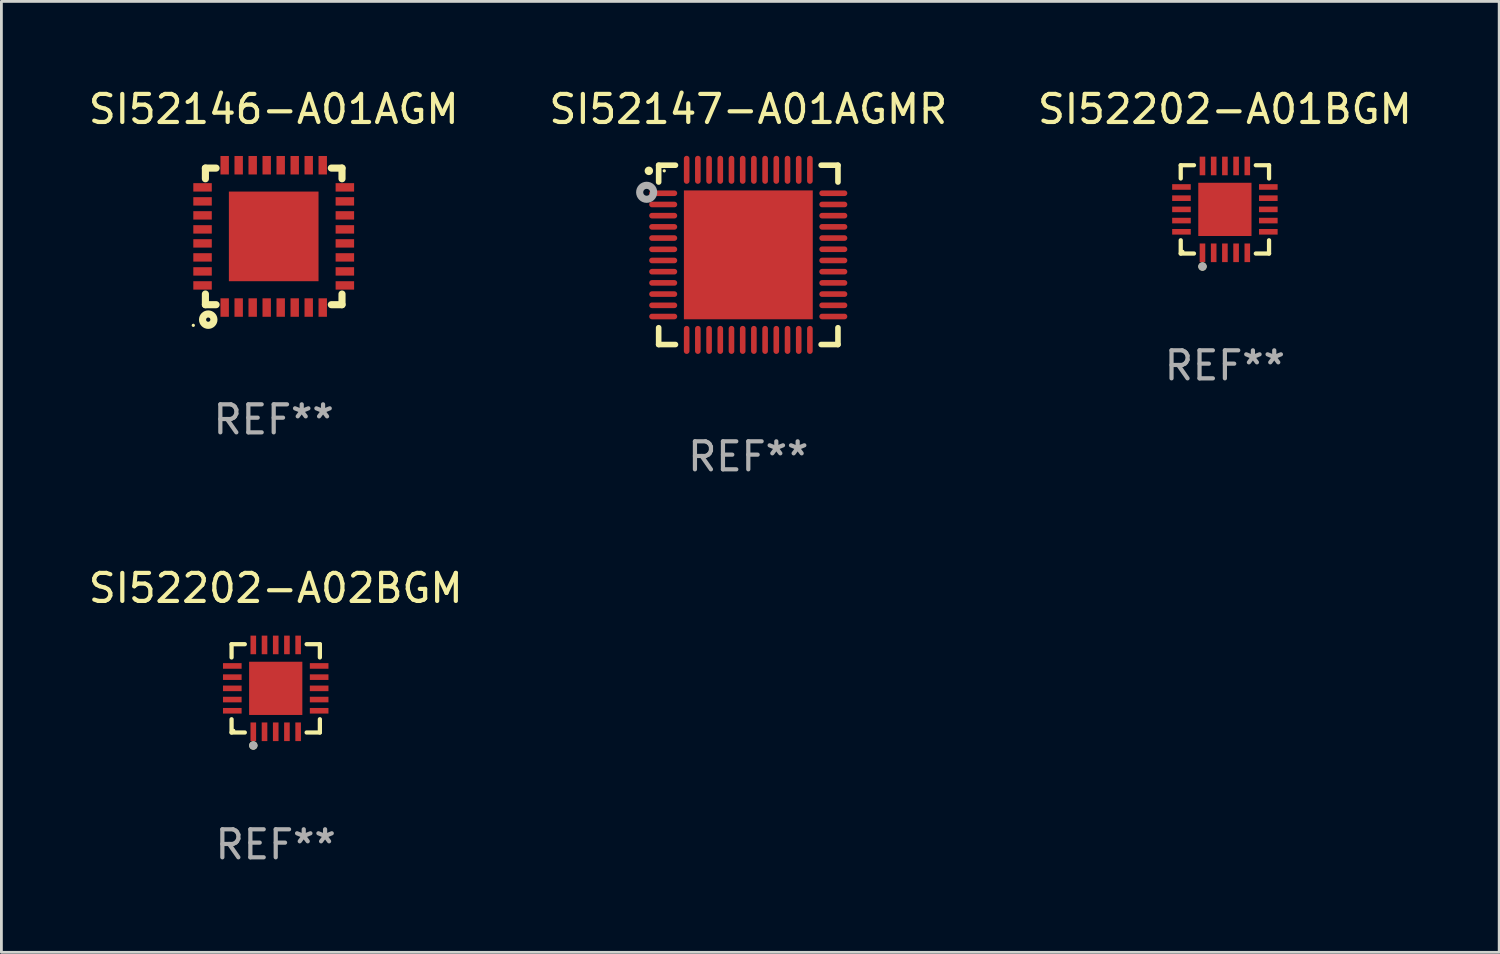
<source format=kicad_pcb>
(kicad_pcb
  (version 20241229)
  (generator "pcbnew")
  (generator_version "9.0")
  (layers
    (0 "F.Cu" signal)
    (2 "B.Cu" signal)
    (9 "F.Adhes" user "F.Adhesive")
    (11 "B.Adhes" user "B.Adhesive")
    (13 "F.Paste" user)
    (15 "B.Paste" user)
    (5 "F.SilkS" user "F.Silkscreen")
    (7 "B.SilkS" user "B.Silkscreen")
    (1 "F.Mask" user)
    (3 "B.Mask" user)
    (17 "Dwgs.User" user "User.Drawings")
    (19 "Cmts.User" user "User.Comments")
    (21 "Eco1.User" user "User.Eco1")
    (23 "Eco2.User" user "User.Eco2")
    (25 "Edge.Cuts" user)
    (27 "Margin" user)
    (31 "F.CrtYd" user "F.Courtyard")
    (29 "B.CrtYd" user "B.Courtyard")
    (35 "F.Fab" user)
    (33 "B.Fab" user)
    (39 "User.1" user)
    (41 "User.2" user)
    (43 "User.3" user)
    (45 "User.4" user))
  (footprint "SI52146-A01AGM"
    (layer "F.Cu")
    (at 6.72 5.388)
    (property "Reference" "SI52146-A01AGM" (at 0 -4.54 0) (layer "F.SilkS") (effects (font (size 1 1) (thickness 0.15))))
    (attr through_hole)
    (fp_line (start -2.438 -2.438) (end -2.057 -2.438) (stroke (width 0.254) (type solid)) (layer "F.SilkS"))
    (fp_line (start -2.438 -2.057) (end -2.438 -2.438) (stroke (width 0.254) (type solid)) (layer "F.SilkS"))
    (fp_line (start -2.438 2.438) (end -2.438 2.057) (stroke (width 0.254) (type solid)) (layer "F.SilkS"))
    (fp_line (start -2.057 2.438) (end -2.438 2.438) (stroke (width 0.254) (type solid)) (layer "F.SilkS"))
    (fp_line (start 2.057 -2.438) (end 2.438 -2.438) (stroke (width 0.254) (type solid)) (layer "F.SilkS"))
    (fp_line (start 2.438 -2.438) (end 2.438 -2.057) (stroke (width 0.254) (type solid)) (layer "F.SilkS"))
    (fp_line (start 2.438 2.057) (end 2.438 2.438) (stroke (width 0.254) (type solid)) (layer "F.SilkS"))
    (fp_line (start 2.438 2.438) (end 2.057 2.438) (stroke (width 0.254) (type solid)) (layer "F.SilkS"))
    (fp_circle (center -2.87 3.175) (end -2.84 3.175) (stroke (width 0.06) (type solid)) (fill no) (layer "F.SilkS"))
    (fp_circle (center -2.337 2.972) (end -2.261 2.972) (stroke (width 0.254) (type solid)) (fill no) (layer "F.SilkS"))
    (fp_text user "REF**" (at 0 6.54 0) (layer "F.Fab") (effects (font (size 1 1) (thickness 0.15))))
    (pad "1" smd rect (at -1.75 2.54 90) (size 0.66 0.3) (layers "F.Cu" "F.Mask" "F.Paste"))
    (pad "2" smd rect (at -1.25 2.54 90) (size 0.66 0.3) (layers "F.Cu" "F.Mask" "F.Paste"))
    (pad "3" smd rect (at -0.75 2.54 90) (size 0.66 0.3) (layers "F.Cu" "F.Mask" "F.Paste"))
    (pad "4" smd rect (at -0.25 2.54 90) (size 0.66 0.3) (layers "F.Cu" "F.Mask" "F.Paste"))
    (pad "5" smd rect (at 0.25 2.54 90) (size 0.66 0.3) (layers "F.Cu" "F.Mask" "F.Paste"))
    (pad "6" smd rect (at 0.75 2.54 90) (size 0.66 0.3) (layers "F.Cu" "F.Mask" "F.Paste"))
    (pad "7" smd rect (at 1.25 2.54 90) (size 0.66 0.3) (layers "F.Cu" "F.Mask" "F.Paste"))
    (pad "8" smd rect (at 1.75 2.54 90) (size 0.66 0.3) (layers "F.Cu" "F.Mask" "F.Paste"))
    (pad "9" smd rect (at 2.54 1.75 90) (size 0.3 0.66) (layers "F.Cu" "F.Mask" "F.Paste"))
    (pad "10" smd rect (at 2.54 1.25 90) (size 0.3 0.66) (layers "F.Cu" "F.Mask" "F.Paste"))
    (pad "11" smd rect (at 2.54 0.75 90) (size 0.3 0.66) (layers "F.Cu" "F.Mask" "F.Paste"))
    (pad "12" smd rect (at 2.54 0.25 90) (size 0.3 0.66) (layers "F.Cu" "F.Mask" "F.Paste"))
    (pad "13" smd rect (at 2.54 -0.25 90) (size 0.3 0.66) (layers "F.Cu" "F.Mask" "F.Paste"))
    (pad "14" smd rect (at 2.54 -0.75 90) (size 0.3 0.66) (layers "F.Cu" "F.Mask" "F.Paste"))
    (pad "15" smd rect (at 2.54 -1.25 90) (size 0.3 0.66) (layers "F.Cu" "F.Mask" "F.Paste"))
    (pad "16" smd rect (at 2.54 -1.75 90) (size 0.3 0.66) (layers "F.Cu" "F.Mask" "F.Paste"))
    (pad "17" smd rect (at 1.75 -2.54 90) (size 0.66 0.3) (layers "F.Cu" "F.Mask" "F.Paste"))
    (pad "18" smd rect (at 1.25 -2.54 90) (size 0.66 0.3) (layers "F.Cu" "F.Mask" "F.Paste"))
    (pad "19" smd rect (at 0.75 -2.54 90) (size 0.66 0.3) (layers "F.Cu" "F.Mask" "F.Paste"))
    (pad "20" smd rect (at 0.25 -2.54 90) (size 0.66 0.3) (layers "F.Cu" "F.Mask" "F.Paste"))
    (pad "21" smd rect (at -0.25 -2.54 90) (size 0.66 0.3) (layers "F.Cu" "F.Mask" "F.Paste"))
    (pad "22" smd rect (at -0.75 -2.54 90) (size 0.66 0.3) (layers "F.Cu" "F.Mask" "F.Paste"))
    (pad "23" smd rect (at -1.25 -2.54 90) (size 0.66 0.3) (layers "F.Cu" "F.Mask" "F.Paste"))
    (pad "24" smd rect (at -1.75 -2.54 90) (size 0.66 0.3) (layers "F.Cu" "F.Mask" "F.Paste"))
    (pad "25" smd rect (at -2.54 -1.75 90) (size 0.3 0.66) (layers "F.Cu" "F.Mask" "F.Paste"))
    (pad "26" smd rect (at -2.54 -1.25 90) (size 0.3 0.66) (layers "F.Cu" "F.Mask" "F.Paste"))
    (pad "27" smd rect (at -2.54 -0.75 90) (size 0.3 0.66) (layers "F.Cu" "F.Mask" "F.Paste"))
    (pad "28" smd rect (at -2.54 -0.25 90) (size 0.3 0.66) (layers "F.Cu" "F.Mask" "F.Paste"))
    (pad "29" smd rect (at -2.54 0.25 90) (size 0.3 0.66) (layers "F.Cu" "F.Mask" "F.Paste"))
    (pad "30" smd rect (at -2.54 0.75 90) (size 0.3 0.66) (layers "F.Cu" "F.Mask" "F.Paste"))
    (pad "31" smd rect (at -2.54 1.25 90) (size 0.3 0.66) (layers "F.Cu" "F.Mask" "F.Paste"))
    (pad "32" smd rect (at -2.54 1.75 90) (size 0.3 0.66) (layers "F.Cu" "F.Mask" "F.Paste"))
    (pad "33" smd rect (at 0 0 90) (size 3.2 3.2) (layers "F.Cu" "F.Mask" "F.Paste")))
  (footprint "SI52202-A01BGM"
    (layer "F.Cu")
    (at 40.673 4.424)
    (property "Reference" "SI52202-A01BGM" (at 0 -3.576 0) (layer "F.SilkS") (effects (font (size 1 1) (thickness 0.15))))
    (attr through_hole)
    (fp_line (start -1.576 -1.576) (end -1.103 -1.576) (stroke (width 0.152) (type solid)) (layer "F.SilkS"))
    (fp_line (start -1.576 -1.103) (end -1.576 -1.576) (stroke (width 0.152) (type solid)) (layer "F.SilkS"))
    (fp_line (start -1.576 1.103) (end -1.576 1.576) (stroke (width 0.152) (type solid)) (layer "F.SilkS"))
    (fp_line (start -1.576 1.576) (end -1.103 1.576) (stroke (width 0.152) (type solid)) (layer "F.SilkS"))
    (fp_line (start 1.576 -1.576) (end 1.103 -1.576) (stroke (width 0.152) (type solid)) (layer "F.SilkS"))
    (fp_line (start 1.576 -1.103) (end 1.576 -1.576) (stroke (width 0.152) (type solid)) (layer "F.SilkS"))
    (fp_line (start 1.576 1.103) (end 1.576 1.576) (stroke (width 0.152) (type solid)) (layer "F.SilkS"))
    (fp_line (start 1.576 1.576) (end 1.103 1.576) (stroke (width 0.152) (type solid)) (layer "F.SilkS"))
    (fp_circle (center -1.5 1.5) (end -1.47 1.5) (stroke (width 0.06) (type solid)) (fill no) (layer "F.SilkS"))
    (fp_circle (center -0.8 2.04) (end -0.725 2.04) (stroke (width 0.15) (type solid)) (fill no) (layer "F.SilkS"))
    (fp_circle (center -0.8 2.04) (end -0.725 2.04) (stroke (width 0.15) (type solid)) (fill no) (layer "F.Fab"))
    (fp_text user "REF**" (at 0 5.576 0) (layer "F.Fab") (effects (font (size 1 1) (thickness 0.15))))
    (pad "1" smd rect (at -0.8 1.55) (size 0.2 0.665) (layers "F.Cu" "F.Mask" "F.Paste"))
    (pad "2" smd rect (at -0.4 1.55) (size 0.2 0.665) (layers "F.Cu" "F.Mask" "F.Paste"))
    (pad "3" smd rect (at 0 1.55) (size 0.2 0.665) (layers "F.Cu" "F.Mask" "F.Paste"))
    (pad "4" smd rect (at 0.4 1.55) (size 0.2 0.665) (layers "F.Cu" "F.Mask" "F.Paste"))
    (pad "5" smd rect (at 0.8 1.55) (size 0.2 0.665) (layers "F.Cu" "F.Mask" "F.Paste"))
    (pad "6" smd rect (at 1.55 0.8) (size 0.665 0.2) (layers "F.Cu" "F.Mask" "F.Paste"))
    (pad "7" smd rect (at 1.55 0.4) (size 0.665 0.2) (layers "F.Cu" "F.Mask" "F.Paste"))
    (pad "8" smd rect (at 1.55 0) (size 0.665 0.2) (layers "F.Cu" "F.Mask" "F.Paste"))
    (pad "9" smd rect (at 1.55 -0.4) (size 0.665 0.2) (layers "F.Cu" "F.Mask" "F.Paste"))
    (pad "10" smd rect (at 1.55 -0.8) (size 0.665 0.2) (layers "F.Cu" "F.Mask" "F.Paste"))
    (pad "11" smd rect (at 0.8 -1.55) (size 0.2 0.665) (layers "F.Cu" "F.Mask" "F.Paste"))
    (pad "12" smd rect (at 0.4 -1.55) (size 0.2 0.665) (layers "F.Cu" "F.Mask" "F.Paste"))
    (pad "13" smd rect (at 0 -1.55) (size 0.2 0.665) (layers "F.Cu" "F.Mask" "F.Paste"))
    (pad "14" smd rect (at -0.4 -1.55) (size 0.2 0.665) (layers "F.Cu" "F.Mask" "F.Paste"))
    (pad "15" smd rect (at -0.8 -1.55) (size 0.2 0.665) (layers "F.Cu" "F.Mask" "F.Paste"))
    (pad "16" smd rect (at -1.55 -0.8) (size 0.665 0.2) (layers "F.Cu" "F.Mask" "F.Paste"))
    (pad "17" smd rect (at -1.55 -0.4) (size 0.665 0.2) (layers "F.Cu" "F.Mask" "F.Paste"))
    (pad "18" smd rect (at -1.55 0) (size 0.665 0.2) (layers "F.Cu" "F.Mask" "F.Paste"))
    (pad "19" smd rect (at -1.55 0.4) (size 0.665 0.2) (layers "F.Cu" "F.Mask" "F.Paste"))
    (pad "20" smd rect (at -1.55 0.8) (size 0.665 0.2) (layers "F.Cu" "F.Mask" "F.Paste"))
    (pad "21" smd rect (at 0 0) (size 1.9 1.9) (layers "F.Cu" "F.Mask" "F.Paste")))
  (footprint "SI52202-A02BGM"
    (layer "F.Cu")
    (at 6.792 21.521)
    (property "Reference" "SI52202-A02BGM" (at 0 -3.576 0) (layer "F.SilkS") (effects (font (size 1 1) (thickness 0.15))))
    (attr through_hole)
    (fp_line (start -1.576 -1.576) (end -1.103 -1.576) (stroke (width 0.152) (type solid)) (layer "F.SilkS"))
    (fp_line (start -1.576 -1.103) (end -1.576 -1.576) (stroke (width 0.152) (type solid)) (layer "F.SilkS"))
    (fp_line (start -1.576 1.103) (end -1.576 1.576) (stroke (width 0.152) (type solid)) (layer "F.SilkS"))
    (fp_line (start -1.576 1.576) (end -1.103 1.576) (stroke (width 0.152) (type solid)) (layer "F.SilkS"))
    (fp_line (start 1.576 -1.576) (end 1.103 -1.576) (stroke (width 0.152) (type solid)) (layer "F.SilkS"))
    (fp_line (start 1.576 -1.103) (end 1.576 -1.576) (stroke (width 0.152) (type solid)) (layer "F.SilkS"))
    (fp_line (start 1.576 1.103) (end 1.576 1.576) (stroke (width 0.152) (type solid)) (layer "F.SilkS"))
    (fp_line (start 1.576 1.576) (end 1.103 1.576) (stroke (width 0.152) (type solid)) (layer "F.SilkS"))
    (fp_circle (center -1.5 1.5) (end -1.47 1.5) (stroke (width 0.06) (type solid)) (fill no) (layer "F.SilkS"))
    (fp_circle (center -0.8 2.04) (end -0.725 2.04) (stroke (width 0.15) (type solid)) (fill no) (layer "F.SilkS"))
    (fp_circle (center -0.8 2.04) (end -0.725 2.04) (stroke (width 0.15) (type solid)) (fill no) (layer "F.Fab"))
    (fp_text user "REF**" (at 0 5.576 0) (layer "F.Fab") (effects (font (size 1 1) (thickness 0.15))))
    (pad "1" smd rect (at -0.8 1.55) (size 0.2 0.665) (layers "F.Cu" "F.Mask" "F.Paste"))
    (pad "2" smd rect (at -0.4 1.55) (size 0.2 0.665) (layers "F.Cu" "F.Mask" "F.Paste"))
    (pad "3" smd rect (at 0 1.55) (size 0.2 0.665) (layers "F.Cu" "F.Mask" "F.Paste"))
    (pad "4" smd rect (at 0.4 1.55) (size 0.2 0.665) (layers "F.Cu" "F.Mask" "F.Paste"))
    (pad "5" smd rect (at 0.8 1.55) (size 0.2 0.665) (layers "F.Cu" "F.Mask" "F.Paste"))
    (pad "6" smd rect (at 1.55 0.8) (size 0.665 0.2) (layers "F.Cu" "F.Mask" "F.Paste"))
    (pad "7" smd rect (at 1.55 0.4) (size 0.665 0.2) (layers "F.Cu" "F.Mask" "F.Paste"))
    (pad "8" smd rect (at 1.55 0) (size 0.665 0.2) (layers "F.Cu" "F.Mask" "F.Paste"))
    (pad "9" smd rect (at 1.55 -0.4) (size 0.665 0.2) (layers "F.Cu" "F.Mask" "F.Paste"))
    (pad "10" smd rect (at 1.55 -0.8) (size 0.665 0.2) (layers "F.Cu" "F.Mask" "F.Paste"))
    (pad "11" smd rect (at 0.8 -1.55) (size 0.2 0.665) (layers "F.Cu" "F.Mask" "F.Paste"))
    (pad "12" smd rect (at 0.4 -1.55) (size 0.2 0.665) (layers "F.Cu" "F.Mask" "F.Paste"))
    (pad "13" smd rect (at 0 -1.55) (size 0.2 0.665) (layers "F.Cu" "F.Mask" "F.Paste"))
    (pad "14" smd rect (at -0.4 -1.55) (size 0.2 0.665) (layers "F.Cu" "F.Mask" "F.Paste"))
    (pad "15" smd rect (at -0.8 -1.55) (size 0.2 0.665) (layers "F.Cu" "F.Mask" "F.Paste"))
    (pad "16" smd rect (at -1.55 -0.8) (size 0.665 0.2) (layers "F.Cu" "F.Mask" "F.Paste"))
    (pad "17" smd rect (at -1.55 -0.4) (size 0.665 0.2) (layers "F.Cu" "F.Mask" "F.Paste"))
    (pad "18" smd rect (at -1.55 0) (size 0.665 0.2) (layers "F.Cu" "F.Mask" "F.Paste"))
    (pad "19" smd rect (at -1.55 0.4) (size 0.665 0.2) (layers "F.Cu" "F.Mask" "F.Paste"))
    (pad "20" smd rect (at -1.55 0.8) (size 0.665 0.2) (layers "F.Cu" "F.Mask" "F.Paste"))
    (pad "21" smd rect (at 0 0) (size 1.9 1.9) (layers "F.Cu" "F.Mask" "F.Paste")))
  (footprint "SI52147-A01AGMR"
    (layer "F.Cu")
    (at 23.661 6.048)
    (property "Reference" "SI52147-A01AGMR" (at 0 -5.2 0) (layer "F.SilkS") (effects (font (size 1 1) (thickness 0.15))))
    (attr through_hole)
    (fp_line (start -3.2 -3.2) (end -2.6 -3.2) (stroke (width 0.2) (type solid)) (layer "F.SilkS"))
    (fp_line (start -3.2 -2.6) (end -3.2 -3.2) (stroke (width 0.2) (type solid)) (layer "F.SilkS"))
    (fp_line (start -3.2 3.2) (end -3.2 2.6) (stroke (width 0.2) (type solid)) (layer "F.SilkS"))
    (fp_line (start -2.6 3.2) (end -3.2 3.2) (stroke (width 0.2) (type solid)) (layer "F.SilkS"))
    (fp_line (start 2.6 -3.2) (end 3.2 -3.2) (stroke (width 0.2) (type solid)) (layer "F.SilkS"))
    (fp_line (start 2.6 3.2) (end 3.2 3.2) (stroke (width 0.2) (type solid)) (layer "F.SilkS"))
    (fp_line (start 3.2 -3.2) (end 3.2 -2.6) (stroke (width 0.2) (type solid)) (layer "F.SilkS"))
    (fp_line (start 3.2 3.2) (end 3.2 2.6) (stroke (width 0.2) (type solid)) (layer "F.SilkS"))
    (fp_arc (start -3.550025 -2.998349) (mid -3.55003 -2.999619) (end -3.550025 -3.000889) (stroke (width 0.3) (type solid)) (layer "F.SilkS"))
    (fp_circle (center -3 -3) (end -2.97 -3) (stroke (width 0.06) (type solid)) (fill no) (layer "F.SilkS"))
    (fp_circle (center -3.628 -2.234) (end -3.505 -2.234) (stroke (width 0.254) (type solid)) (fill no) (layer "F.Fab"))
    (fp_text user "REF**" (at 0 7.2 0) (layer "F.Fab") (effects (font (size 1 1) (thickness 0.15))))
    (pad "1" smd oval (at -3.038 -2.2) (size 1 0.2) (layers "F.Cu" "F.Mask" "F.Paste"))
    (pad "2" smd oval (at -3.038 -1.799) (size 1 0.2) (layers "F.Cu" "F.Mask" "F.Paste"))
    (pad "3" smd oval (at -3.038 -1.4) (size 1 0.2) (layers "F.Cu" "F.Mask" "F.Paste"))
    (pad "4" smd oval (at -3.038 -0.999) (size 1 0.2) (layers "F.Cu" "F.Mask" "F.Paste"))
    (pad "5" smd oval (at -3.038 -0.6) (size 1 0.2) (layers "F.Cu" "F.Mask" "F.Paste"))
    (pad "6" smd oval (at -3.038 -0.199) (size 1 0.2) (layers "F.Cu" "F.Mask" "F.Paste"))
    (pad "7" smd oval (at -3.038 0.2) (size 1 0.2) (layers "F.Cu" "F.Mask" "F.Paste"))
    (pad "8" smd oval (at -3.038 0.6) (size 1 0.2) (layers "F.Cu" "F.Mask" "F.Paste"))
    (pad "9" smd oval (at -3.038 1) (size 1 0.2) (layers "F.Cu" "F.Mask" "F.Paste"))
    (pad "10" smd oval (at -3.038 1.4) (size 1 0.2) (layers "F.Cu" "F.Mask" "F.Paste"))
    (pad "11" smd oval (at -3.038 1.8) (size 1 0.2) (layers "F.Cu" "F.Mask" "F.Paste"))
    (pad "12" smd oval (at -3.038 2.2) (size 1 0.2) (layers "F.Cu" "F.Mask" "F.Paste"))
    (pad "13" smd oval (at -2.2 3.035) (size 0.2 1) (layers "F.Cu" "F.Mask" "F.Paste"))
    (pad "14" smd oval (at -1.801 3.035) (size 0.2 1) (layers "F.Cu" "F.Mask" "F.Paste"))
    (pad "15" smd oval (at -1.4 3.035) (size 0.2 1) (layers "F.Cu" "F.Mask" "F.Paste"))
    (pad "16" smd oval (at -1 3.035) (size 0.2 1) (layers "F.Cu" "F.Mask" "F.Paste"))
    (pad "17" smd oval (at -0.6 3.035) (size 0.2 1) (layers "F.Cu" "F.Mask" "F.Paste"))
    (pad "18" smd oval (at -0.2 3.035) (size 0.2 1) (layers "F.Cu" "F.Mask" "F.Paste"))
    (pad "19" smd oval (at 0.199 3.035) (size 0.2 1) (layers "F.Cu" "F.Mask" "F.Paste"))
    (pad "20" smd oval (at 0.6 3.035) (size 0.2 1) (layers "F.Cu" "F.Mask" "F.Paste"))
    (pad "21" smd oval (at 0.999 3.035) (size 0.2 1) (layers "F.Cu" "F.Mask" "F.Paste"))
    (pad "22" smd oval (at 1.4 3.035) (size 0.2 1) (layers "F.Cu" "F.Mask" "F.Paste"))
    (pad "23" smd oval (at 1.799 3.035) (size 0.2 1) (layers "F.Cu" "F.Mask" "F.Paste"))
    (pad "24" smd oval (at 2.199 3.035) (size 0.2 1) (layers "F.Cu" "F.Mask" "F.Paste"))
    (pad "25" smd oval (at 3.034 2.2) (size 1 0.2) (layers "F.Cu" "F.Mask" "F.Paste"))
    (pad "26" smd oval (at 3.034 1.8) (size 1 0.2) (layers "F.Cu" "F.Mask" "F.Paste"))
    (pad "27" smd oval (at 3.034 1.4) (size 1 0.2) (layers "F.Cu" "F.Mask" "F.Paste"))
    (pad "28" smd oval (at 3.034 1) (size 1 0.2) (layers "F.Cu" "F.Mask" "F.Paste"))
    (pad "29" smd oval (at 3.034 0.6) (size 1 0.2) (layers "F.Cu" "F.Mask" "F.Paste"))
    (pad "30" smd oval (at 3.034 0.2) (size 1 0.2) (layers "F.Cu" "F.Mask" "F.Paste"))
    (pad "31" smd oval (at 3.034 -0.2) (size 1 0.2) (layers "F.Cu" "F.Mask" "F.Paste"))
    (pad "32" smd oval (at 3.034 -0.6) (size 1 0.2) (layers "F.Cu" "F.Mask" "F.Paste"))
    (pad "33" smd oval (at 3.034 -1) (size 1 0.2) (layers "F.Cu" "F.Mask" "F.Paste"))
    (pad "34" smd oval (at 3.034 -1.4) (size 1 0.2) (layers "F.Cu" "F.Mask" "F.Paste"))
    (pad "35" smd oval (at 3.034 -1.799) (size 1 0.2) (layers "F.Cu" "F.Mask" "F.Paste"))
    (pad "36" smd oval (at 3.034 -2.2) (size 1 0.2) (layers "F.Cu" "F.Mask" "F.Paste"))
    (pad "37" smd oval (at 2.199 -3.037) (size 0.2 1) (layers "F.Cu" "F.Mask" "F.Paste"))
    (pad "38" smd oval (at 1.799 -3.037) (size 0.2 1) (layers "F.Cu" "F.Mask" "F.Paste"))
    (pad "39" smd oval (at 1.4 -3.037) (size 0.2 1) (layers "F.Cu" "F.Mask" "F.Paste"))
    (pad "40" smd oval (at 0.999 -3.037) (size 0.2 1) (layers "F.Cu" "F.Mask" "F.Paste"))
    (pad "41" smd oval (at 0.6 -3.037) (size 0.2 1) (layers "F.Cu" "F.Mask" "F.Paste"))
    (pad "42" smd oval (at 0.199 -3.037) (size 0.2 1) (layers "F.Cu" "F.Mask" "F.Paste"))
    (pad "43" smd oval (at -0.2 -3.037) (size 0.2 1) (layers "F.Cu" "F.Mask" "F.Paste"))
    (pad "44" smd oval (at -0.6 -3.037) (size 0.2 1) (layers "F.Cu" "F.Mask" "F.Paste"))
    (pad "45" smd oval (at -1 -3.037) (size 0.2 1) (layers "F.Cu" "F.Mask" "F.Paste"))
    (pad "46" smd oval (at -1.4 -3.037) (size 0.2 1) (layers "F.Cu" "F.Mask" "F.Paste"))
    (pad "47" smd oval (at -1.801 -3.037) (size 0.2 1) (layers "F.Cu" "F.Mask" "F.Paste"))
    (pad "48" smd oval (at -2.2 -3.037) (size 0.2 1) (layers "F.Cu" "F.Mask" "F.Paste"))
    (pad "49" smd rect (at 0.001 -0.001) (size 4.6 4.6) (layers "F.Cu" "F.Mask" "F.Paste")))
  (gr_rect
    (start -3 -3)
    (end 50.464 30.945)
    (stroke (width 0.1) (type default))
    (fill no)
    (layer "Edge.Cuts")))
</source>
